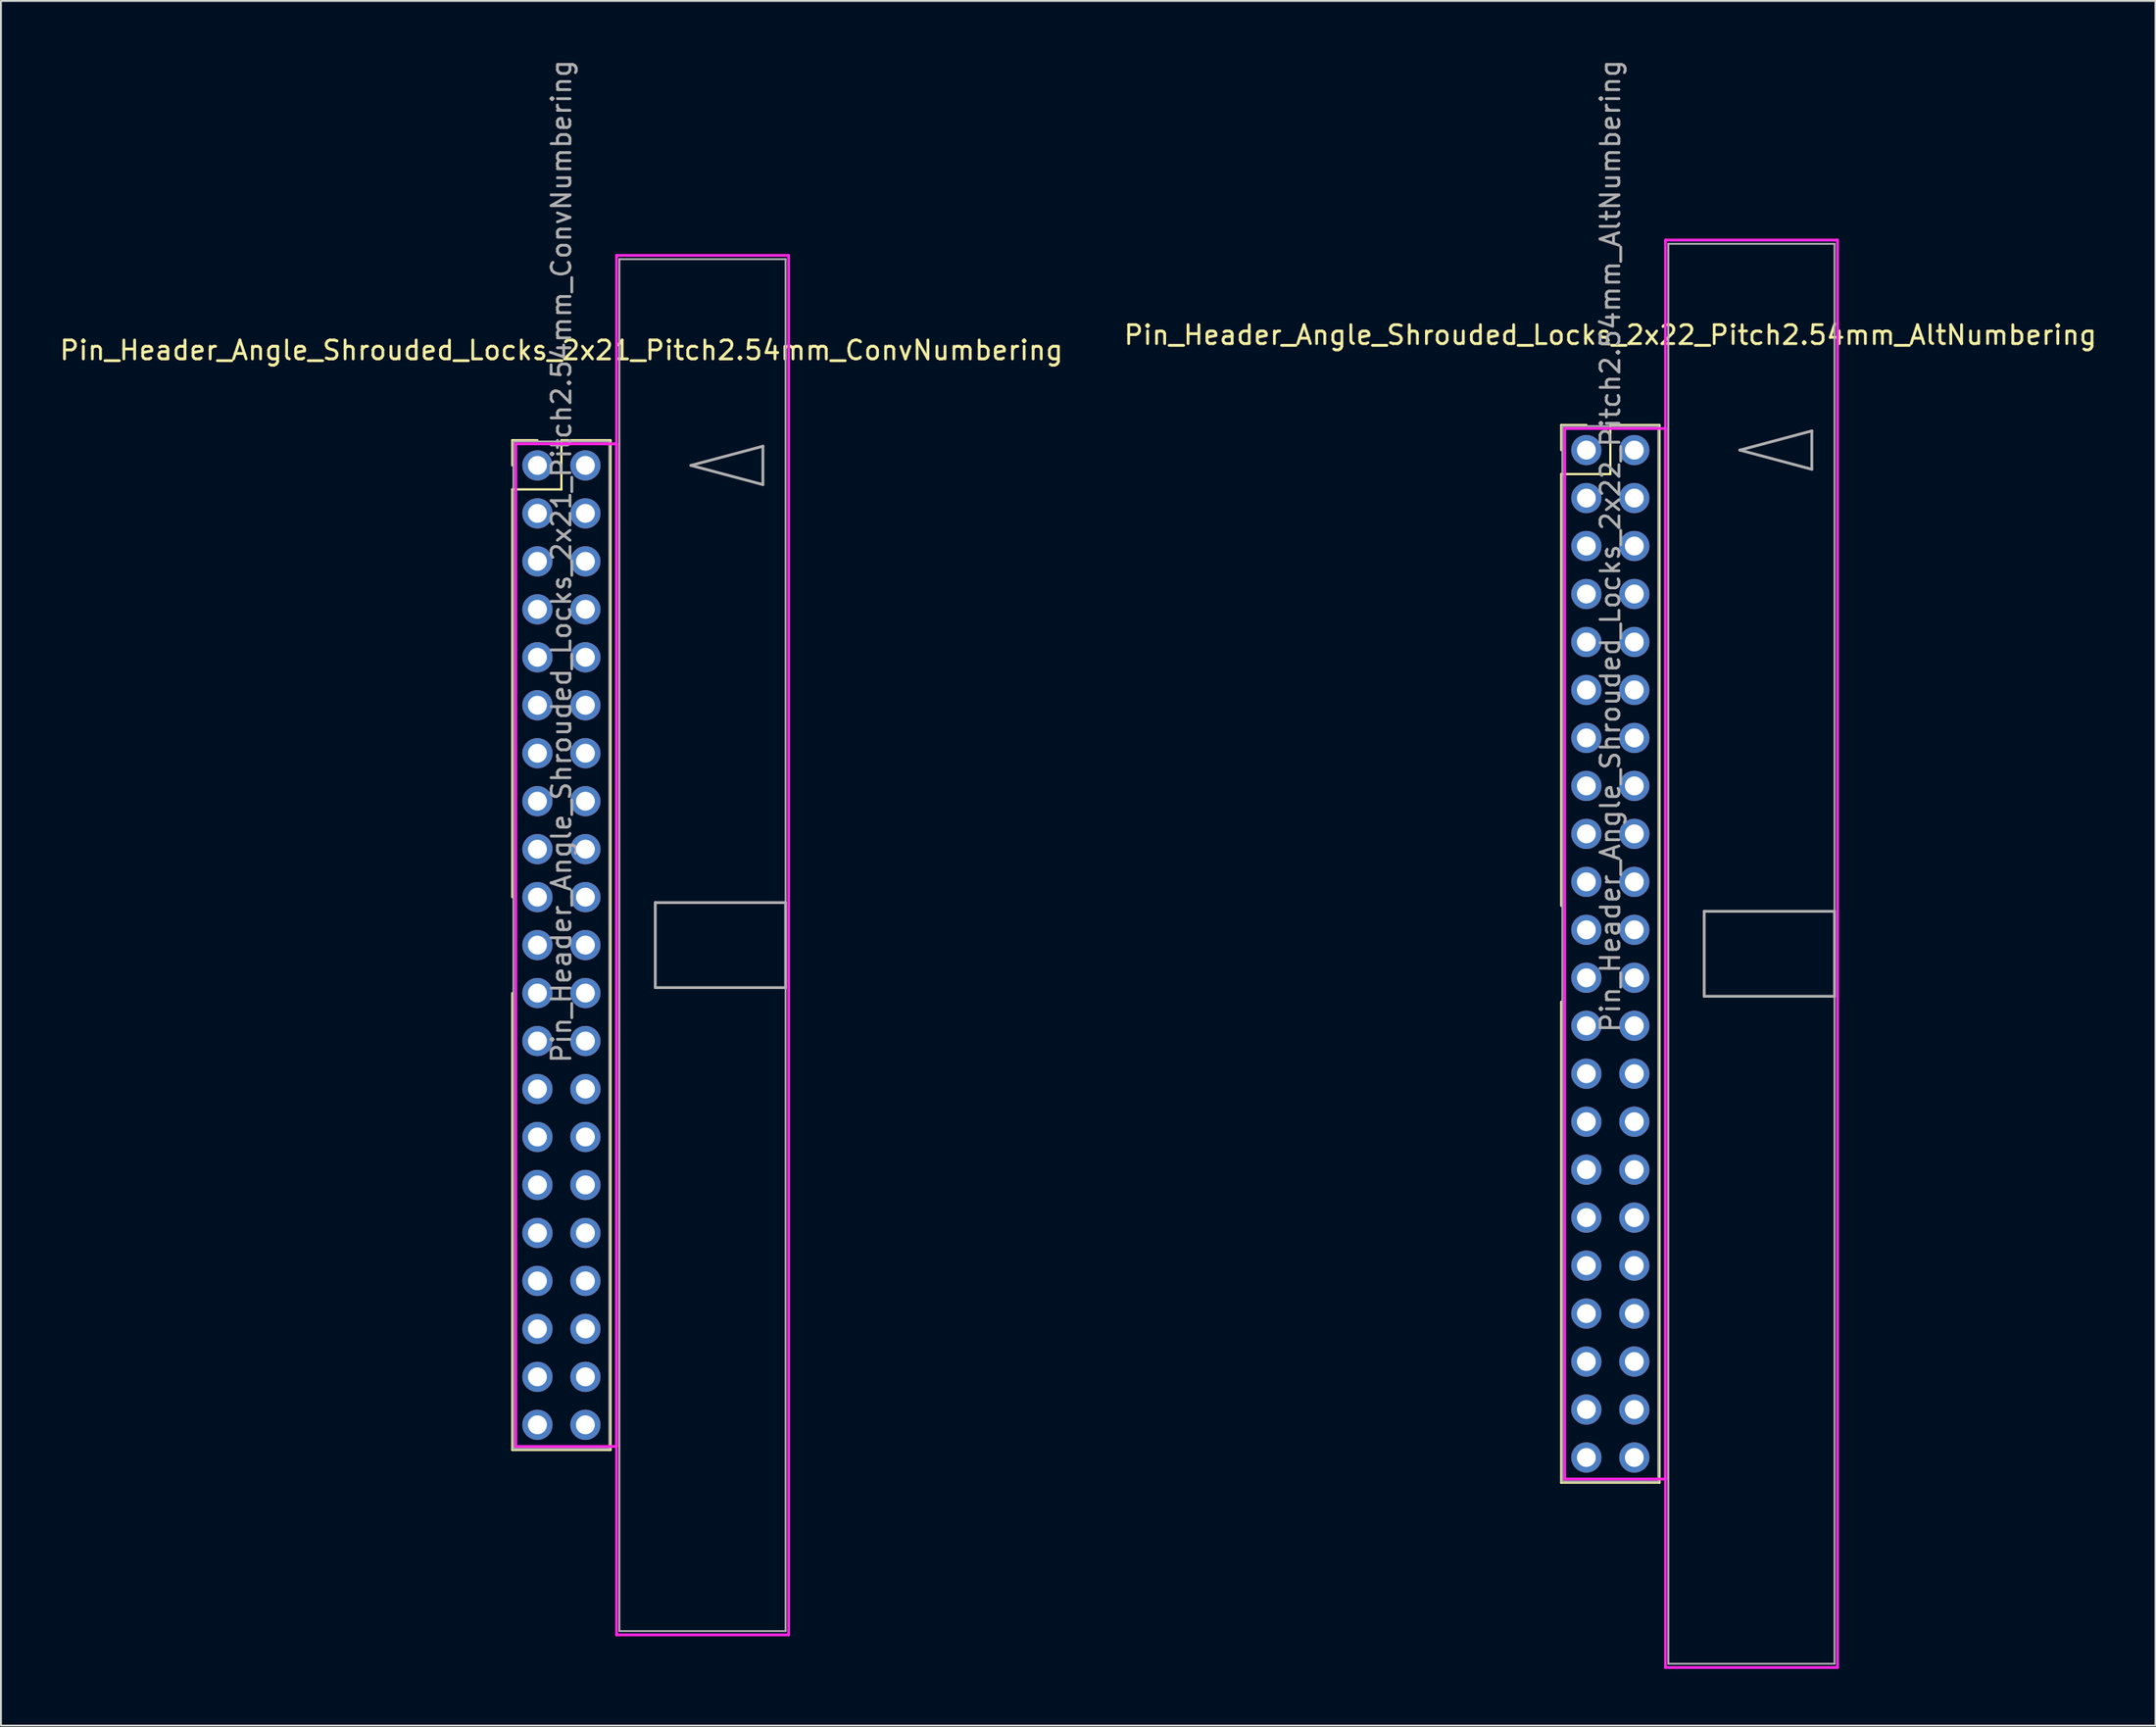
<source format=kicad_pcb>
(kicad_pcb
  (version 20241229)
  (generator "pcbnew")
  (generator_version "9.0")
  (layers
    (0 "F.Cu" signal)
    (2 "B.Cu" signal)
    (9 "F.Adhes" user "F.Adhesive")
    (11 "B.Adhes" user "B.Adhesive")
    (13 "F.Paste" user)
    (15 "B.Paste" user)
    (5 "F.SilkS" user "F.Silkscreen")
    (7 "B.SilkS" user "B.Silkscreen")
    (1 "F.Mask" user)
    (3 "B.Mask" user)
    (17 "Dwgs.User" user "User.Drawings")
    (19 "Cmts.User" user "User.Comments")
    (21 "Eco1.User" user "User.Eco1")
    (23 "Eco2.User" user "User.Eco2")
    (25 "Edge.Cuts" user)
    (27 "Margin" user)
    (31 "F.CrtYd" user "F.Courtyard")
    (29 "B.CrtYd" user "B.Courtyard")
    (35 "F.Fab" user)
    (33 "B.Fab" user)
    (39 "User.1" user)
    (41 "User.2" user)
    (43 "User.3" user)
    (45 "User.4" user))
  (footprint "Pin_Header_Angle_Shrouded_Locks_2x21_Pitch2.54mm_ConvNumbering"
    (layer "F.Cu")
    (at 25.403 21.593)
    (property "Reference" "Pin_Header_Angle_Shrouded_Locks_2x21_Pitch2.54mm_ConvNumbering" (at 1.27 -6.096 0) (layer "F.SilkS") (effects (font (size 1 1) (thickness 0.15))))
    (attr through_hole)
    (fp_line (start -1.33 -1.33) (end 0 -1.33) (stroke (width 0.12) (type solid)) (layer "F.SilkS"))
    (fp_line (start -1.33 0) (end -1.33 -1.33) (stroke (width 0.12) (type solid)) (layer "F.SilkS"))
    (fp_line (start -1.33 1.27) (end -1.33 22.86) (stroke (width 0.12) (type solid)) (layer "F.SilkS"))
    (fp_line (start -1.33 1.27) (end 1.27 1.27) (stroke (width 0.12) (type solid)) (layer "F.SilkS"))
    (fp_line (start -1.33 27.94) (end -1.33 52.13) (stroke (width 0.12) (type solid)) (layer "F.SilkS"))
    (fp_line (start -1.33 52.13) (end 3.87 52.13) (stroke (width 0.12) (type solid)) (layer "F.SilkS"))
    (fp_line (start 1.27 -1.33) (end 3.87 -1.33) (stroke (width 0.12) (type solid)) (layer "F.SilkS"))
    (fp_line (start 1.27 1.27) (end 1.27 -1.33) (stroke (width 0.12) (type solid)) (layer "F.SilkS"))
    (fp_line (start 3.87 -1.33) (end 3.87 52.13) (stroke (width 0.12) (type solid)) (layer "F.SilkS"))
    (fp_line (start -1.143 -1.143) (end -1.143 51.943) (stroke (width 0.15) (type solid)) (layer "F.CrtYd"))
    (fp_line (start -1.143 51.943) (end 4.19 51.943) (stroke (width 0.15) (type solid)) (layer "F.CrtYd"))
    (fp_line (start 4.19 -11.12) (end 4.19 61.92) (stroke (width 0.15) (type solid)) (layer "F.CrtYd"))
    (fp_line (start 4.19 -1.143) (end -1.143 -1.143) (stroke (width 0.15) (type solid)) (layer "F.CrtYd"))
    (fp_line (start 4.19 51.943) (end 4.19 -1.143) (stroke (width 0.15) (type solid)) (layer "F.CrtYd"))
    (fp_line (start 4.19 61.92) (end 13.3 61.92) (stroke (width 0.15) (type solid)) (layer "F.CrtYd"))
    (fp_line (start 13.3 -11.12) (end 4.19 -11.12) (stroke (width 0.15) (type solid)) (layer "F.CrtYd"))
    (fp_line (start 13.3 61.92) (end 13.3 -11.12) (stroke (width 0.15) (type solid)) (layer "F.CrtYd"))
    (fp_line (start -1.27 -1.27) (end -1.27 52.07) (stroke (width 0.1) (type solid)) (layer "F.Fab"))
    (fp_line (start -1.27 52.07) (end 3.81 52.07) (stroke (width 0.1) (type solid)) (layer "F.Fab"))
    (fp_line (start 3.81 -1.27) (end -1.27 -1.27) (stroke (width 0.1) (type solid)) (layer "F.Fab"))
    (fp_line (start 3.81 52.07) (end 3.81 -1.27) (stroke (width 0.1) (type solid)) (layer "F.Fab"))
    (fp_line (start 4.34 -10.92) (end 4.34 61.72) (stroke (width 0.1) (type solid)) (layer "F.Fab"))
    (fp_line (start 4.34 61.72) (end 13.14 61.72) (stroke (width 0.1) (type solid)) (layer "F.Fab"))
    (fp_line (start 6.24 23.15) (end 6.24 27.65) (stroke (width 0.15) (type solid)) (layer "F.Fab"))
    (fp_line (start 6.24 27.65) (end 13.14 27.65) (stroke (width 0.15) (type solid)) (layer "F.Fab"))
    (fp_line (start 8.128 0) (end 11.938 -1.016) (stroke (width 0.15) (type solid)) (layer "F.Fab"))
    (fp_line (start 11.938 -1.016) (end 11.938 1.016) (stroke (width 0.15) (type solid)) (layer "F.Fab"))
    (fp_line (start 11.938 1.016) (end 8.128 0) (stroke (width 0.15) (type solid)) (layer "F.Fab"))
    (fp_line (start 13.14 -10.92) (end 4.34 -10.92) (stroke (width 0.1) (type solid)) (layer "F.Fab"))
    (fp_line (start 13.14 23.15) (end 6.24 23.15) (stroke (width 0.15) (type solid)) (layer "F.Fab"))
    (fp_line (start 13.14 27.65) (end 13.14 23.15) (stroke (width 0.15) (type solid)) (layer "F.Fab"))
    (fp_line (start 13.14 61.72) (end 13.14 -10.92) (stroke (width 0.1) (type solid)) (layer "F.Fab"))
    (fp_text user "${REFERENCE}" (at 1.27 5.08 90) (layer "F.Fab") (effects (font (size 1 1) (thickness 0.15))))
    (pad "1" thru_hole oval (at 0 0) (size 1.6 1.6) (drill 1) (layers "*.Cu" "*.Mask"))
    (pad "2" thru_hole oval (at 2.54 0) (size 1.6 1.6) (drill 1) (layers "*.Cu" "*.Mask"))
    (pad "3" thru_hole oval (at 0 2.54) (size 1.6 1.6) (drill 1) (layers "*.Cu" "*.Mask"))
    (pad "4" thru_hole oval (at 2.54 2.54) (size 1.6 1.6) (drill 1) (layers "*.Cu" "*.Mask"))
    (pad "5" thru_hole oval (at 0 5.08) (size 1.6 1.6) (drill 1) (layers "*.Cu" "*.Mask"))
    (pad "6" thru_hole oval (at 2.54 5.08) (size 1.6 1.6) (drill 1) (layers "*.Cu" "*.Mask"))
    (pad "7" thru_hole oval (at 0 7.62) (size 1.6 1.6) (drill 1) (layers "*.Cu" "*.Mask"))
    (pad "8" thru_hole oval (at 2.54 7.62) (size 1.6 1.6) (drill 1) (layers "*.Cu" "*.Mask"))
    (pad "9" thru_hole oval (at 0 10.16) (size 1.6 1.6) (drill 1) (layers "*.Cu" "*.Mask"))
    (pad "10" thru_hole oval (at 2.54 10.16) (size 1.6 1.6) (drill 1) (layers "*.Cu" "*.Mask"))
    (pad "11" thru_hole oval (at 0 12.7) (size 1.6 1.6) (drill 1) (layers "*.Cu" "*.Mask"))
    (pad "12" thru_hole oval (at 2.54 12.7) (size 1.6 1.6) (drill 1) (layers "*.Cu" "*.Mask"))
    (pad "13" thru_hole oval (at 0 15.24) (size 1.6 1.6) (drill 1) (layers "*.Cu" "*.Mask"))
    (pad "14" thru_hole oval (at 2.54 15.24) (size 1.6 1.6) (drill 1) (layers "*.Cu" "*.Mask"))
    (pad "15" thru_hole oval (at 0 17.78) (size 1.6 1.6) (drill 1) (layers "*.Cu" "*.Mask"))
    (pad "16" thru_hole oval (at 2.54 17.78) (size 1.6 1.6) (drill 1) (layers "*.Cu" "*.Mask"))
    (pad "17" thru_hole oval (at 0 20.32) (size 1.6 1.6) (drill 1) (layers "*.Cu" "*.Mask"))
    (pad "18" thru_hole oval (at 2.54 20.32) (size 1.6 1.6) (drill 1) (layers "*.Cu" "*.Mask"))
    (pad "19" thru_hole oval (at 0 22.86) (size 1.6 1.6) (drill 1) (layers "*.Cu" "*.Mask"))
    (pad "20" thru_hole oval (at 2.54 22.86) (size 1.6 1.6) (drill 1) (layers "*.Cu" "*.Mask"))
    (pad "21" thru_hole oval (at 0 25.4) (size 1.6 1.6) (drill 1) (layers "*.Cu" "*.Mask"))
    (pad "22" thru_hole oval (at 2.54 25.4) (size 1.6 1.6) (drill 1) (layers "*.Cu" "*.Mask"))
    (pad "23" thru_hole oval (at 0 27.94) (size 1.6 1.6) (drill 1) (layers "*.Cu" "*.Mask"))
    (pad "24" thru_hole oval (at 2.54 27.94) (size 1.6 1.6) (drill 1) (layers "*.Cu" "*.Mask"))
    (pad "25" thru_hole oval (at 0 30.48) (size 1.6 1.6) (drill 1) (layers "*.Cu" "*.Mask"))
    (pad "26" thru_hole oval (at 2.54 30.48) (size 1.6 1.6) (drill 1) (layers "*.Cu" "*.Mask"))
    (pad "27" thru_hole oval (at 0 33.02) (size 1.6 1.6) (drill 1) (layers "*.Cu" "*.Mask"))
    (pad "28" thru_hole oval (at 2.54 33.02) (size 1.6 1.6) (drill 1) (layers "*.Cu" "*.Mask"))
    (pad "29" thru_hole oval (at 0 35.56) (size 1.6 1.6) (drill 1) (layers "*.Cu" "*.Mask"))
    (pad "30" thru_hole oval (at 2.54 35.56) (size 1.6 1.6) (drill 1) (layers "*.Cu" "*.Mask"))
    (pad "31" thru_hole oval (at 0 38.1) (size 1.6 1.6) (drill 1) (layers "*.Cu" "*.Mask"))
    (pad "32" thru_hole oval (at 2.54 38.1) (size 1.6 1.6) (drill 1) (layers "*.Cu" "*.Mask"))
    (pad "33" thru_hole oval (at 0 40.64) (size 1.6 1.6) (drill 1) (layers "*.Cu" "*.Mask"))
    (pad "34" thru_hole oval (at 2.54 40.64) (size 1.6 1.6) (drill 1) (layers "*.Cu" "*.Mask"))
    (pad "35" thru_hole oval (at 0 43.18) (size 1.6 1.6) (drill 1) (layers "*.Cu" "*.Mask"))
    (pad "36" thru_hole oval (at 2.54 43.18) (size 1.6 1.6) (drill 1) (layers "*.Cu" "*.Mask"))
    (pad "37" thru_hole oval (at 0 45.72) (size 1.6 1.6) (drill 1) (layers "*.Cu" "*.Mask"))
    (pad "38" thru_hole oval (at 2.54 45.72) (size 1.6 1.6) (drill 1) (layers "*.Cu" "*.Mask"))
    (pad "39" thru_hole oval (at 0 48.26) (size 1.6 1.6) (drill 1) (layers "*.Cu" "*.Mask"))
    (pad "40" thru_hole oval (at 2.54 48.26) (size 1.6 1.6) (drill 1) (layers "*.Cu" "*.Mask"))
    (pad "41" thru_hole oval (at 0 50.8) (size 1.6 1.6) (drill 1) (layers "*.Cu" "*.Mask"))
    (pad "42" thru_hole oval (at 2.54 50.8) (size 1.6 1.6) (drill 1) (layers "*.Cu" "*.Mask")))
  (footprint "Pin_Header_Angle_Shrouded_Locks_2x22_Pitch2.54mm_AltNumbering"
    (layer "F.Cu")
    (at 80.938 20.783)
    (property "Reference" "Pin_Header_Angle_Shrouded_Locks_2x22_Pitch2.54mm_AltNumbering" (at 1.27 -6.096 0) (layer "F.SilkS") (effects (font (size 1 1) (thickness 0.15))))
    (attr through_hole)
    (fp_line (start -1.33 -1.33) (end 0 -1.33) (stroke (width 0.12) (type solid)) (layer "F.SilkS"))
    (fp_line (start -1.33 0) (end -1.33 -1.33) (stroke (width 0.12) (type solid)) (layer "F.SilkS"))
    (fp_line (start -1.33 1.27) (end -1.33 24.13) (stroke (width 0.12) (type solid)) (layer "F.SilkS"))
    (fp_line (start -1.33 1.27) (end 1.27 1.27) (stroke (width 0.12) (type solid)) (layer "F.SilkS"))
    (fp_line (start -1.33 29.21) (end -1.33 54.67) (stroke (width 0.12) (type solid)) (layer "F.SilkS"))
    (fp_line (start -1.33 54.67) (end 3.87 54.67) (stroke (width 0.12) (type solid)) (layer "F.SilkS"))
    (fp_line (start 1.27 -1.33) (end 3.87 -1.33) (stroke (width 0.12) (type solid)) (layer "F.SilkS"))
    (fp_line (start 1.27 1.27) (end 1.27 -1.33) (stroke (width 0.12) (type solid)) (layer "F.SilkS"))
    (fp_line (start 3.87 -1.33) (end 3.87 54.67) (stroke (width 0.12) (type solid)) (layer "F.SilkS"))
    (fp_line (start -1.143 -1.143) (end -1.143 54.483) (stroke (width 0.15) (type solid)) (layer "F.CrtYd"))
    (fp_line (start -1.143 54.483) (end 4.19 54.483) (stroke (width 0.15) (type solid)) (layer "F.CrtYd"))
    (fp_line (start 4.19 -11.12) (end 4.19 64.46) (stroke (width 0.15) (type solid)) (layer "F.CrtYd"))
    (fp_line (start 4.19 -1.143) (end -1.143 -1.143) (stroke (width 0.15) (type solid)) (layer "F.CrtYd"))
    (fp_line (start 4.19 54.483) (end 4.19 -1.143) (stroke (width 0.15) (type solid)) (layer "F.CrtYd"))
    (fp_line (start 4.19 64.46) (end 13.3 64.46) (stroke (width 0.15) (type solid)) (layer "F.CrtYd"))
    (fp_line (start 13.3 -11.12) (end 4.19 -11.12) (stroke (width 0.15) (type solid)) (layer "F.CrtYd"))
    (fp_line (start 13.3 64.46) (end 13.3 -11.12) (stroke (width 0.15) (type solid)) (layer "F.CrtYd"))
    (fp_line (start -1.27 -1.27) (end -1.27 54.61) (stroke (width 0.1) (type solid)) (layer "F.Fab"))
    (fp_line (start -1.27 54.61) (end 3.81 54.61) (stroke (width 0.1) (type solid)) (layer "F.Fab"))
    (fp_line (start 3.81 -1.27) (end -1.27 -1.27) (stroke (width 0.1) (type solid)) (layer "F.Fab"))
    (fp_line (start 3.81 54.61) (end 3.81 -1.27) (stroke (width 0.1) (type solid)) (layer "F.Fab"))
    (fp_line (start 4.34 -10.92) (end 4.34 64.26) (stroke (width 0.1) (type solid)) (layer "F.Fab"))
    (fp_line (start 4.34 64.26) (end 13.14 64.26) (stroke (width 0.1) (type solid)) (layer "F.Fab"))
    (fp_line (start 6.24 24.42) (end 6.24 28.92) (stroke (width 0.15) (type solid)) (layer "F.Fab"))
    (fp_line (start 6.24 28.92) (end 13.14 28.92) (stroke (width 0.15) (type solid)) (layer "F.Fab"))
    (fp_line (start 8.128 0) (end 11.938 -1.016) (stroke (width 0.15) (type solid)) (layer "F.Fab"))
    (fp_line (start 11.938 -1.016) (end 11.938 1.016) (stroke (width 0.15) (type solid)) (layer "F.Fab"))
    (fp_line (start 11.938 1.016) (end 8.128 0) (stroke (width 0.15) (type solid)) (layer "F.Fab"))
    (fp_line (start 13.14 -10.92) (end 4.34 -10.92) (stroke (width 0.1) (type solid)) (layer "F.Fab"))
    (fp_line (start 13.14 24.42) (end 6.24 24.42) (stroke (width 0.15) (type solid)) (layer "F.Fab"))
    (fp_line (start 13.14 28.92) (end 13.14 24.42) (stroke (width 0.15) (type solid)) (layer "F.Fab"))
    (fp_line (start 13.14 64.26) (end 13.14 -10.92) (stroke (width 0.1) (type solid)) (layer "F.Fab"))
    (fp_text user "${REFERENCE}" (at 1.27 5.08 90) (layer "F.Fab") (effects (font (size 1 1) (thickness 0.15))))
    (pad "1" thru_hole oval (at 0 0) (size 1.6 1.6) (drill 1) (layers "*.Cu" "*.Mask"))
    (pad "2" thru_hole oval (at 0 2.54) (size 1.6 1.6) (drill 1) (layers "*.Cu" "*.Mask"))
    (pad "3" thru_hole oval (at 0 5.08) (size 1.6 1.6) (drill 1) (layers "*.Cu" "*.Mask"))
    (pad "4" thru_hole oval (at 0 7.62) (size 1.6 1.6) (drill 1) (layers "*.Cu" "*.Mask"))
    (pad "5" thru_hole oval (at 0 10.16) (size 1.6 1.6) (drill 1) (layers "*.Cu" "*.Mask"))
    (pad "6" thru_hole oval (at 0 12.7) (size 1.6 1.6) (drill 1) (layers "*.Cu" "*.Mask"))
    (pad "7" thru_hole oval (at 0 15.24) (size 1.6 1.6) (drill 1) (layers "*.Cu" "*.Mask"))
    (pad "8" thru_hole oval (at 0 17.78) (size 1.6 1.6) (drill 1) (layers "*.Cu" "*.Mask"))
    (pad "9" thru_hole oval (at 0 20.32) (size 1.6 1.6) (drill 1) (layers "*.Cu" "*.Mask"))
    (pad "10" thru_hole oval (at 0 22.86) (size 1.6 1.6) (drill 1) (layers "*.Cu" "*.Mask"))
    (pad "11" thru_hole oval (at 0 25.4) (size 1.6 1.6) (drill 1) (layers "*.Cu" "*.Mask"))
    (pad "12" thru_hole oval (at 0 27.94) (size 1.6 1.6) (drill 1) (layers "*.Cu" "*.Mask"))
    (pad "13" thru_hole oval (at 0 30.48) (size 1.6 1.6) (drill 1) (layers "*.Cu" "*.Mask"))
    (pad "14" thru_hole oval (at 0 33.02) (size 1.6 1.6) (drill 1) (layers "*.Cu" "*.Mask"))
    (pad "15" thru_hole oval (at 0 35.56) (size 1.6 1.6) (drill 1) (layers "*.Cu" "*.Mask"))
    (pad "16" thru_hole oval (at 0 38.1) (size 1.6 1.6) (drill 1) (layers "*.Cu" "*.Mask"))
    (pad "17" thru_hole oval (at 0 40.64) (size 1.6 1.6) (drill 1) (layers "*.Cu" "*.Mask"))
    (pad "18" thru_hole oval (at 0 43.18) (size 1.6 1.6) (drill 1) (layers "*.Cu" "*.Mask"))
    (pad "19" thru_hole oval (at 0 45.72) (size 1.6 1.6) (drill 1) (layers "*.Cu" "*.Mask"))
    (pad "20" thru_hole oval (at 0 48.26) (size 1.6 1.6) (drill 1) (layers "*.Cu" "*.Mask"))
    (pad "21" thru_hole oval (at 0 50.8) (size 1.6 1.6) (drill 1) (layers "*.Cu" "*.Mask"))
    (pad "22" thru_hole oval (at 0 53.34) (size 1.6 1.6) (drill 1) (layers "*.Cu" "*.Mask"))
    (pad "23" thru_hole oval (at 2.54 0) (size 1.6 1.6) (drill 1) (layers "*.Cu" "*.Mask"))
    (pad "24" thru_hole oval (at 2.54 2.54) (size 1.6 1.6) (drill 1) (layers "*.Cu" "*.Mask"))
    (pad "25" thru_hole oval (at 2.54 5.08) (size 1.6 1.6) (drill 1) (layers "*.Cu" "*.Mask"))
    (pad "26" thru_hole oval (at 2.54 7.62) (size 1.6 1.6) (drill 1) (layers "*.Cu" "*.Mask"))
    (pad "27" thru_hole oval (at 2.54 10.16) (size 1.6 1.6) (drill 1) (layers "*.Cu" "*.Mask"))
    (pad "28" thru_hole oval (at 2.54 12.7) (size 1.6 1.6) (drill 1) (layers "*.Cu" "*.Mask"))
    (pad "29" thru_hole oval (at 2.54 15.24) (size 1.6 1.6) (drill 1) (layers "*.Cu" "*.Mask"))
    (pad "30" thru_hole oval (at 2.54 17.78) (size 1.6 1.6) (drill 1) (layers "*.Cu" "*.Mask"))
    (pad "31" thru_hole oval (at 2.54 20.32) (size 1.6 1.6) (drill 1) (layers "*.Cu" "*.Mask"))
    (pad "32" thru_hole oval (at 2.54 22.86) (size 1.6 1.6) (drill 1) (layers "*.Cu" "*.Mask"))
    (pad "33" thru_hole oval (at 2.54 25.4) (size 1.6 1.6) (drill 1) (layers "*.Cu" "*.Mask"))
    (pad "34" thru_hole oval (at 2.54 27.94) (size 1.6 1.6) (drill 1) (layers "*.Cu" "*.Mask"))
    (pad "35" thru_hole oval (at 2.54 30.48) (size 1.6 1.6) (drill 1) (layers "*.Cu" "*.Mask"))
    (pad "36" thru_hole oval (at 2.54 33.02) (size 1.6 1.6) (drill 1) (layers "*.Cu" "*.Mask"))
    (pad "37" thru_hole oval (at 2.54 35.56) (size 1.6 1.6) (drill 1) (layers "*.Cu" "*.Mask"))
    (pad "38" thru_hole oval (at 2.54 38.1) (size 1.6 1.6) (drill 1) (layers "*.Cu" "*.Mask"))
    (pad "39" thru_hole oval (at 2.54 40.64) (size 1.6 1.6) (drill 1) (layers "*.Cu" "*.Mask"))
    (pad "40" thru_hole oval (at 2.54 43.18) (size 1.6 1.6) (drill 1) (layers "*.Cu" "*.Mask"))
    (pad "41" thru_hole oval (at 2.54 45.72) (size 1.6 1.6) (drill 1) (layers "*.Cu" "*.Mask"))
    (pad "42" thru_hole oval (at 2.54 48.26) (size 1.6 1.6) (drill 1) (layers "*.Cu" "*.Mask"))
    (pad "43" thru_hole oval (at 2.54 50.8) (size 1.6 1.6) (drill 1) (layers "*.Cu" "*.Mask"))
    (pad "44" thru_hole oval (at 2.54 53.34) (size 1.6 1.6) (drill 1) (layers "*.Cu" "*.Mask")))
  (gr_rect
    (start -3 -3)
    (end 111.071 88.318)
    (stroke (width 0.1) (type default))
    (fill no)
    (layer "Edge.Cuts")))
</source>
